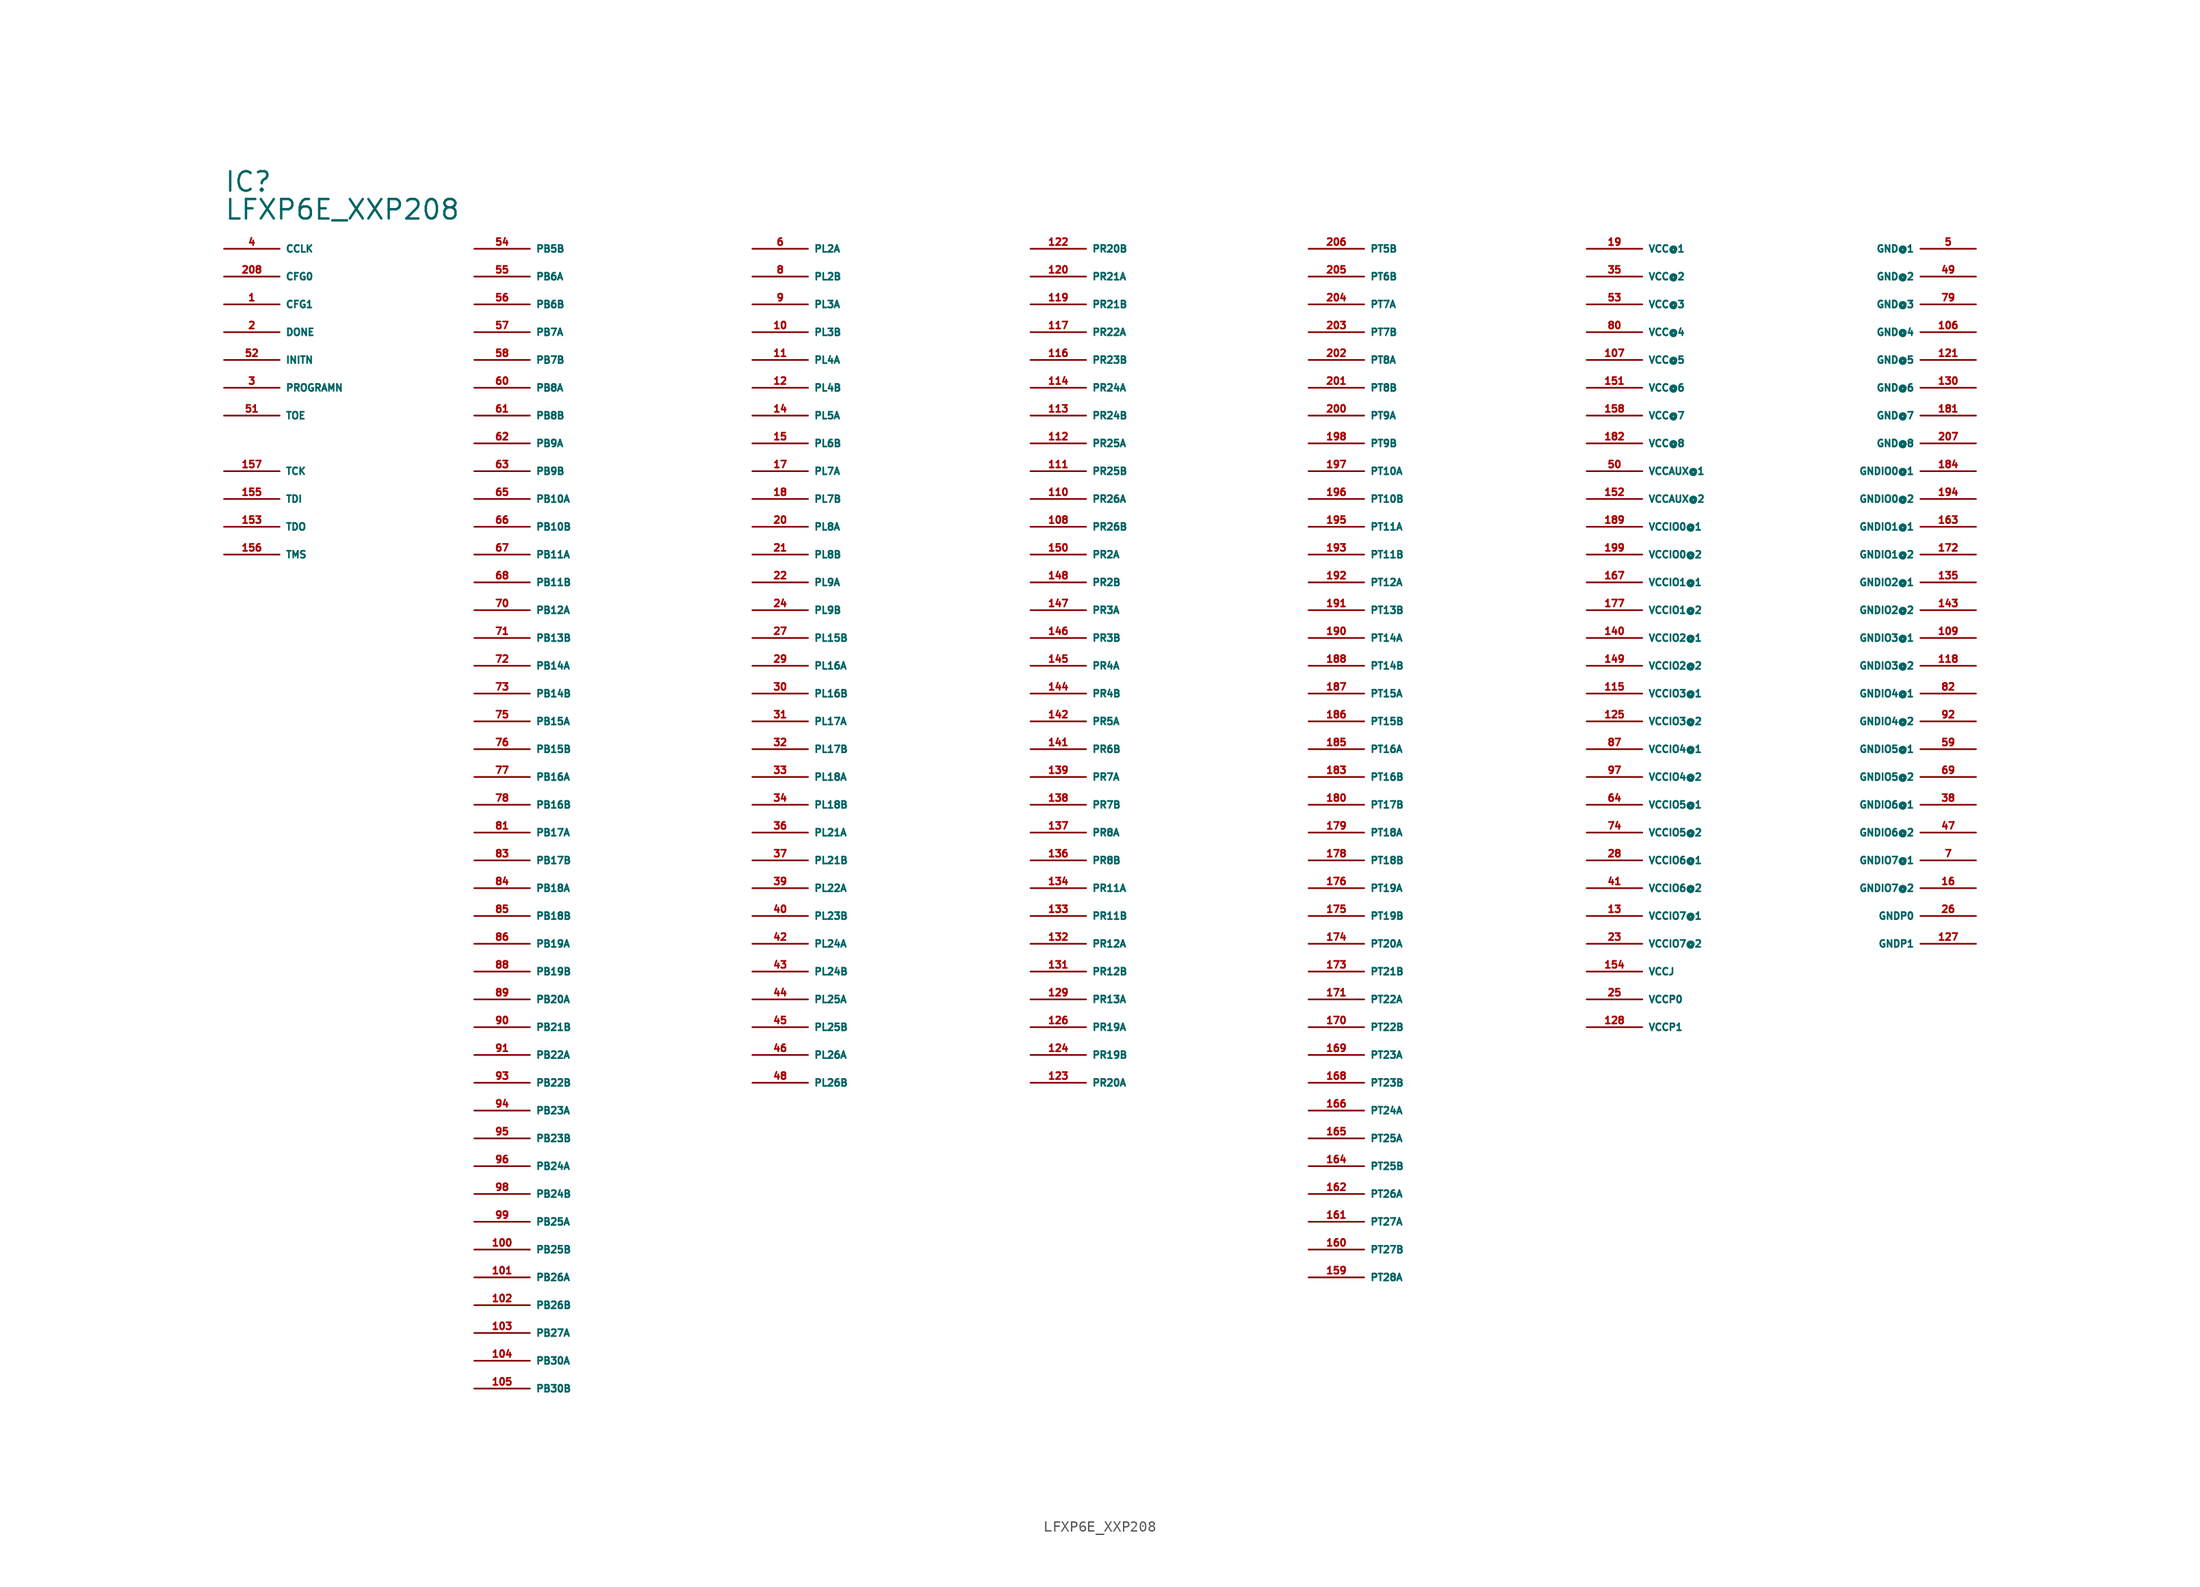
<source format=kicad_sym>
(kicad_symbol_lib
  (version 20220914)
  (generator Eagle2Kicad)
  (symbol "LFXP6E_XXP208"
    (property "Reference" "IC"
      (at -78.74 53.34 0)
      (effects (font (size 1.778 1.778) (thickness 0.22)) (justify left bottom)))
    (property "Value" "LFXP6E_XXP208"
      (at -78.74 50.8 0)
      (effects (font (size 1.778 1.778) (thickness 0.22)) (justify left bottom)))
    (pin bidirectional line
      (at -78.74 48.26 0)
      (length 5.08)
      (name "CCLK" (effects (font (size 0.635 0.635) (thickness 0.08)) (justify left bottom)))
      (number "4" (effects (font (size 0.635 0.635) (thickness 0.08)) (justify left bottom))))
    (pin input line
      (at -78.74 45.72 0)
      (length 5.08)
      (name "CFG0" (effects (font (size 0.635 0.635) (thickness 0.08)) (justify left bottom)))
      (number "208" (effects (font (size 0.635 0.635) (thickness 0.08)) (justify left bottom))))
    (pin input line
      (at -78.74 43.18 0)
      (length 5.08)
      (name "CFG1" (effects (font (size 0.635 0.635) (thickness 0.08)) (justify left bottom)))
      (number "1" (effects (font (size 0.635 0.635) (thickness 0.08)) (justify left bottom))))
    (pin bidirectional line
      (at -78.74 40.64 0)
      (length 5.08)
      (name "DONE" (effects (font (size 0.635 0.635) (thickness 0.08)) (justify left bottom)))
      (number "2" (effects (font (size 0.635 0.635) (thickness 0.08)) (justify left bottom))))
    (pin unspecified line
      (at 81.28 48.26 180)
      (length 5.08)
      (name "GND@1" (effects (font (size 0.635 0.635) (thickness 0.08)) (justify left bottom)))
      (number "5" (effects (font (size 0.635 0.635) (thickness 0.08)) (justify left bottom))))
    (pin unspecified line
      (at 81.28 45.72 180)
      (length 5.08)
      (name "GND@2" (effects (font (size 0.635 0.635) (thickness 0.08)) (justify left bottom)))
      (number "49" (effects (font (size 0.635 0.635) (thickness 0.08)) (justify left bottom))))
    (pin unspecified line
      (at 81.28 43.18 180)
      (length 5.08)
      (name "GND@3" (effects (font (size 0.635 0.635) (thickness 0.08)) (justify left bottom)))
      (number "79" (effects (font (size 0.635 0.635) (thickness 0.08)) (justify left bottom))))
    (pin unspecified line
      (at 81.28 40.64 180)
      (length 5.08)
      (name "GND@4" (effects (font (size 0.635 0.635) (thickness 0.08)) (justify left bottom)))
      (number "106" (effects (font (size 0.635 0.635) (thickness 0.08)) (justify left bottom))))
    (pin unspecified line
      (at 81.28 38.1 180)
      (length 5.08)
      (name "GND@5" (effects (font (size 0.635 0.635) (thickness 0.08)) (justify left bottom)))
      (number "121" (effects (font (size 0.635 0.635) (thickness 0.08)) (justify left bottom))))
    (pin unspecified line
      (at 81.28 35.56 180)
      (length 5.08)
      (name "GND@6" (effects (font (size 0.635 0.635) (thickness 0.08)) (justify left bottom)))
      (number "130" (effects (font (size 0.635 0.635) (thickness 0.08)) (justify left bottom))))
    (pin unspecified line
      (at 81.28 33.02 180)
      (length 5.08)
      (name "GND@7" (effects (font (size 0.635 0.635) (thickness 0.08)) (justify left bottom)))
      (number "181" (effects (font (size 0.635 0.635) (thickness 0.08)) (justify left bottom))))
    (pin unspecified line
      (at 81.28 30.48 180)
      (length 5.08)
      (name "GND@8" (effects (font (size 0.635 0.635) (thickness 0.08)) (justify left bottom)))
      (number "207" (effects (font (size 0.635 0.635) (thickness 0.08)) (justify left bottom))))
    (pin unspecified line
      (at 81.28 27.94 180)
      (length 5.08)
      (name "GNDIO0@1" (effects (font (size 0.635 0.635) (thickness 0.08)) (justify left bottom)))
      (number "184" (effects (font (size 0.635 0.635) (thickness 0.08)) (justify left bottom))))
    (pin unspecified line
      (at 81.28 25.4 180)
      (length 5.08)
      (name "GNDIO0@2" (effects (font (size 0.635 0.635) (thickness 0.08)) (justify left bottom)))
      (number "194" (effects (font (size 0.635 0.635) (thickness 0.08)) (justify left bottom))))
    (pin unspecified line
      (at 81.28 22.86 180)
      (length 5.08)
      (name "GNDIO1@1" (effects (font (size 0.635 0.635) (thickness 0.08)) (justify left bottom)))
      (number "163" (effects (font (size 0.635 0.635) (thickness 0.08)) (justify left bottom))))
    (pin unspecified line
      (at 81.28 20.32 180)
      (length 5.08)
      (name "GNDIO1@2" (effects (font (size 0.635 0.635) (thickness 0.08)) (justify left bottom)))
      (number "172" (effects (font (size 0.635 0.635) (thickness 0.08)) (justify left bottom))))
    (pin unspecified line
      (at 81.28 17.78 180)
      (length 5.08)
      (name "GNDIO2@1" (effects (font (size 0.635 0.635) (thickness 0.08)) (justify left bottom)))
      (number "135" (effects (font (size 0.635 0.635) (thickness 0.08)) (justify left bottom))))
    (pin unspecified line
      (at 81.28 15.24 180)
      (length 5.08)
      (name "GNDIO2@2" (effects (font (size 0.635 0.635) (thickness 0.08)) (justify left bottom)))
      (number "143" (effects (font (size 0.635 0.635) (thickness 0.08)) (justify left bottom))))
    (pin unspecified line
      (at 81.28 12.7 180)
      (length 5.08)
      (name "GNDIO3@1" (effects (font (size 0.635 0.635) (thickness 0.08)) (justify left bottom)))
      (number "109" (effects (font (size 0.635 0.635) (thickness 0.08)) (justify left bottom))))
    (pin unspecified line
      (at 81.28 10.16 180)
      (length 5.08)
      (name "GNDIO3@2" (effects (font (size 0.635 0.635) (thickness 0.08)) (justify left bottom)))
      (number "118" (effects (font (size 0.635 0.635) (thickness 0.08)) (justify left bottom))))
    (pin unspecified line
      (at 81.28 7.62 180)
      (length 5.08)
      (name "GNDIO4@1" (effects (font (size 0.635 0.635) (thickness 0.08)) (justify left bottom)))
      (number "82" (effects (font (size 0.635 0.635) (thickness 0.08)) (justify left bottom))))
    (pin unspecified line
      (at 81.28 5.08 180)
      (length 5.08)
      (name "GNDIO4@2" (effects (font (size 0.635 0.635) (thickness 0.08)) (justify left bottom)))
      (number "92" (effects (font (size 0.635 0.635) (thickness 0.08)) (justify left bottom))))
    (pin unspecified line
      (at 81.28 2.54 180)
      (length 5.08)
      (name "GNDIO5@1" (effects (font (size 0.635 0.635) (thickness 0.08)) (justify left bottom)))
      (number "59" (effects (font (size 0.635 0.635) (thickness 0.08)) (justify left bottom))))
    (pin unspecified line
      (at 81.28 0 180)
      (length 5.08)
      (name "GNDIO5@2" (effects (font (size 0.635 0.635) (thickness 0.08)) (justify left bottom)))
      (number "69" (effects (font (size 0.635 0.635) (thickness 0.08)) (justify left bottom))))
    (pin unspecified line
      (at 81.28 -2.54 180)
      (length 5.08)
      (name "GNDIO6@1" (effects (font (size 0.635 0.635) (thickness 0.08)) (justify left bottom)))
      (number "38" (effects (font (size 0.635 0.635) (thickness 0.08)) (justify left bottom))))
    (pin unspecified line
      (at 81.28 -5.08 180)
      (length 5.08)
      (name "GNDIO6@2" (effects (font (size 0.635 0.635) (thickness 0.08)) (justify left bottom)))
      (number "47" (effects (font (size 0.635 0.635) (thickness 0.08)) (justify left bottom))))
    (pin unspecified line
      (at 81.28 -7.62 180)
      (length 5.08)
      (name "GNDIO7@1" (effects (font (size 0.635 0.635) (thickness 0.08)) (justify left bottom)))
      (number "7" (effects (font (size 0.635 0.635) (thickness 0.08)) (justify left bottom))))
    (pin unspecified line
      (at 81.28 -10.16 180)
      (length 5.08)
      (name "GNDIO7@2" (effects (font (size 0.635 0.635) (thickness 0.08)) (justify left bottom)))
      (number "16" (effects (font (size 0.635 0.635) (thickness 0.08)) (justify left bottom))))
    (pin unspecified line
      (at 81.28 -12.7 180)
      (length 5.08)
      (name "GNDP0" (effects (font (size 0.635 0.635) (thickness 0.08)) (justify left bottom)))
      (number "26" (effects (font (size 0.635 0.635) (thickness 0.08)) (justify left bottom))))
    (pin unspecified line
      (at 81.28 -15.24 180)
      (length 5.08)
      (name "GNDP1" (effects (font (size 0.635 0.635) (thickness 0.08)) (justify left bottom)))
      (number "127" (effects (font (size 0.635 0.635) (thickness 0.08)) (justify left bottom))))
    (pin bidirectional line
      (at -78.74 38.1 0)
      (length 5.08)
      (name "INITN" (effects (font (size 0.635 0.635) (thickness 0.08)) (justify left bottom)))
      (number "52" (effects (font (size 0.635 0.635) (thickness 0.08)) (justify left bottom))))
    (pin bidirectional line
      (at -55.88 48.26 0)
      (length 5.08)
      (name "PB5B" (effects (font (size 0.635 0.635) (thickness 0.08)) (justify left bottom)))
      (number "54" (effects (font (size 0.635 0.635) (thickness 0.08)) (justify left bottom))))
    (pin bidirectional line
      (at -55.88 45.72 0)
      (length 5.08)
      (name "PB6A" (effects (font (size 0.635 0.635) (thickness 0.08)) (justify left bottom)))
      (number "55" (effects (font (size 0.635 0.635) (thickness 0.08)) (justify left bottom))))
    (pin bidirectional line
      (at -55.88 43.18 0)
      (length 5.08)
      (name "PB6B" (effects (font (size 0.635 0.635) (thickness 0.08)) (justify left bottom)))
      (number "56" (effects (font (size 0.635 0.635) (thickness 0.08)) (justify left bottom))))
    (pin bidirectional line
      (at -55.88 40.64 0)
      (length 5.08)
      (name "PB7A" (effects (font (size 0.635 0.635) (thickness 0.08)) (justify left bottom)))
      (number "57" (effects (font (size 0.635 0.635) (thickness 0.08)) (justify left bottom))))
    (pin bidirectional line
      (at -55.88 38.1 0)
      (length 5.08)
      (name "PB7B" (effects (font (size 0.635 0.635) (thickness 0.08)) (justify left bottom)))
      (number "58" (effects (font (size 0.635 0.635) (thickness 0.08)) (justify left bottom))))
    (pin bidirectional line
      (at -55.88 35.56 0)
      (length 5.08)
      (name "PB8A" (effects (font (size 0.635 0.635) (thickness 0.08)) (justify left bottom)))
      (number "60" (effects (font (size 0.635 0.635) (thickness 0.08)) (justify left bottom))))
    (pin bidirectional line
      (at -55.88 33.02 0)
      (length 5.08)
      (name "PB8B" (effects (font (size 0.635 0.635) (thickness 0.08)) (justify left bottom)))
      (number "61" (effects (font (size 0.635 0.635) (thickness 0.08)) (justify left bottom))))
    (pin bidirectional line
      (at -55.88 30.48 0)
      (length 5.08)
      (name "PB9A" (effects (font (size 0.635 0.635) (thickness 0.08)) (justify left bottom)))
      (number "62" (effects (font (size 0.635 0.635) (thickness 0.08)) (justify left bottom))))
    (pin bidirectional line
      (at -55.88 27.94 0)
      (length 5.08)
      (name "PB9B" (effects (font (size 0.635 0.635) (thickness 0.08)) (justify left bottom)))
      (number "63" (effects (font (size 0.635 0.635) (thickness 0.08)) (justify left bottom))))
    (pin bidirectional line
      (at -55.88 25.4 0)
      (length 5.08)
      (name "PB10A" (effects (font (size 0.635 0.635) (thickness 0.08)) (justify left bottom)))
      (number "65" (effects (font (size 0.635 0.635) (thickness 0.08)) (justify left bottom))))
    (pin bidirectional line
      (at -55.88 22.86 0)
      (length 5.08)
      (name "PB10B" (effects (font (size 0.635 0.635) (thickness 0.08)) (justify left bottom)))
      (number "66" (effects (font (size 0.635 0.635) (thickness 0.08)) (justify left bottom))))
    (pin bidirectional line
      (at -55.88 20.32 0)
      (length 5.08)
      (name "PB11A" (effects (font (size 0.635 0.635) (thickness 0.08)) (justify left bottom)))
      (number "67" (effects (font (size 0.635 0.635) (thickness 0.08)) (justify left bottom))))
    (pin bidirectional line
      (at -55.88 17.78 0)
      (length 5.08)
      (name "PB11B" (effects (font (size 0.635 0.635) (thickness 0.08)) (justify left bottom)))
      (number "68" (effects (font (size 0.635 0.635) (thickness 0.08)) (justify left bottom))))
    (pin bidirectional line
      (at -55.88 15.24 0)
      (length 5.08)
      (name "PB12A" (effects (font (size 0.635 0.635) (thickness 0.08)) (justify left bottom)))
      (number "70" (effects (font (size 0.635 0.635) (thickness 0.08)) (justify left bottom))))
    (pin bidirectional line
      (at -55.88 12.7 0)
      (length 5.08)
      (name "PB13B" (effects (font (size 0.635 0.635) (thickness 0.08)) (justify left bottom)))
      (number "71" (effects (font (size 0.635 0.635) (thickness 0.08)) (justify left bottom))))
    (pin bidirectional line
      (at -55.88 10.16 0)
      (length 5.08)
      (name "PB14A" (effects (font (size 0.635 0.635) (thickness 0.08)) (justify left bottom)))
      (number "72" (effects (font (size 0.635 0.635) (thickness 0.08)) (justify left bottom))))
    (pin bidirectional line
      (at -55.88 7.62 0)
      (length 5.08)
      (name "PB14B" (effects (font (size 0.635 0.635) (thickness 0.08)) (justify left bottom)))
      (number "73" (effects (font (size 0.635 0.635) (thickness 0.08)) (justify left bottom))))
    (pin bidirectional line
      (at -55.88 5.08 0)
      (length 5.08)
      (name "PB15A" (effects (font (size 0.635 0.635) (thickness 0.08)) (justify left bottom)))
      (number "75" (effects (font (size 0.635 0.635) (thickness 0.08)) (justify left bottom))))
    (pin bidirectional line
      (at -55.88 2.54 0)
      (length 5.08)
      (name "PB15B" (effects (font (size 0.635 0.635) (thickness 0.08)) (justify left bottom)))
      (number "76" (effects (font (size 0.635 0.635) (thickness 0.08)) (justify left bottom))))
    (pin bidirectional line
      (at -55.88 0 0)
      (length 5.08)
      (name "PB16A" (effects (font (size 0.635 0.635) (thickness 0.08)) (justify left bottom)))
      (number "77" (effects (font (size 0.635 0.635) (thickness 0.08)) (justify left bottom))))
    (pin bidirectional line
      (at -55.88 -2.54 0)
      (length 5.08)
      (name "PB16B" (effects (font (size 0.635 0.635) (thickness 0.08)) (justify left bottom)))
      (number "78" (effects (font (size 0.635 0.635) (thickness 0.08)) (justify left bottom))))
    (pin bidirectional line
      (at -55.88 -5.08 0)
      (length 5.08)
      (name "PB17A" (effects (font (size 0.635 0.635) (thickness 0.08)) (justify left bottom)))
      (number "81" (effects (font (size 0.635 0.635) (thickness 0.08)) (justify left bottom))))
    (pin bidirectional line
      (at -55.88 -7.62 0)
      (length 5.08)
      (name "PB17B" (effects (font (size 0.635 0.635) (thickness 0.08)) (justify left bottom)))
      (number "83" (effects (font (size 0.635 0.635) (thickness 0.08)) (justify left bottom))))
    (pin bidirectional line
      (at -55.88 -10.16 0)
      (length 5.08)
      (name "PB18A" (effects (font (size 0.635 0.635) (thickness 0.08)) (justify left bottom)))
      (number "84" (effects (font (size 0.635 0.635) (thickness 0.08)) (justify left bottom))))
    (pin bidirectional line
      (at -55.88 -12.7 0)
      (length 5.08)
      (name "PB18B" (effects (font (size 0.635 0.635) (thickness 0.08)) (justify left bottom)))
      (number "85" (effects (font (size 0.635 0.635) (thickness 0.08)) (justify left bottom))))
    (pin bidirectional line
      (at -55.88 -15.24 0)
      (length 5.08)
      (name "PB19A" (effects (font (size 0.635 0.635) (thickness 0.08)) (justify left bottom)))
      (number "86" (effects (font (size 0.635 0.635) (thickness 0.08)) (justify left bottom))))
    (pin bidirectional line
      (at -55.88 -17.78 0)
      (length 5.08)
      (name "PB19B" (effects (font (size 0.635 0.635) (thickness 0.08)) (justify left bottom)))
      (number "88" (effects (font (size 0.635 0.635) (thickness 0.08)) (justify left bottom))))
    (pin bidirectional line
      (at -55.88 -20.32 0)
      (length 5.08)
      (name "PB20A" (effects (font (size 0.635 0.635) (thickness 0.08)) (justify left bottom)))
      (number "89" (effects (font (size 0.635 0.635) (thickness 0.08)) (justify left bottom))))
    (pin bidirectional line
      (at -55.88 -22.86 0)
      (length 5.08)
      (name "PB21B" (effects (font (size 0.635 0.635) (thickness 0.08)) (justify left bottom)))
      (number "90" (effects (font (size 0.635 0.635) (thickness 0.08)) (justify left bottom))))
    (pin bidirectional line
      (at -55.88 -25.4 0)
      (length 5.08)
      (name "PB22A" (effects (font (size 0.635 0.635) (thickness 0.08)) (justify left bottom)))
      (number "91" (effects (font (size 0.635 0.635) (thickness 0.08)) (justify left bottom))))
    (pin bidirectional line
      (at -55.88 -27.94 0)
      (length 5.08)
      (name "PB22B" (effects (font (size 0.635 0.635) (thickness 0.08)) (justify left bottom)))
      (number "93" (effects (font (size 0.635 0.635) (thickness 0.08)) (justify left bottom))))
    (pin bidirectional line
      (at -55.88 -30.48 0)
      (length 5.08)
      (name "PB23A" (effects (font (size 0.635 0.635) (thickness 0.08)) (justify left bottom)))
      (number "94" (effects (font (size 0.635 0.635) (thickness 0.08)) (justify left bottom))))
    (pin bidirectional line
      (at -55.88 -33.02 0)
      (length 5.08)
      (name "PB23B" (effects (font (size 0.635 0.635) (thickness 0.08)) (justify left bottom)))
      (number "95" (effects (font (size 0.635 0.635) (thickness 0.08)) (justify left bottom))))
    (pin bidirectional line
      (at -55.88 -35.56 0)
      (length 5.08)
      (name "PB24A" (effects (font (size 0.635 0.635) (thickness 0.08)) (justify left bottom)))
      (number "96" (effects (font (size 0.635 0.635) (thickness 0.08)) (justify left bottom))))
    (pin bidirectional line
      (at -55.88 -38.1 0)
      (length 5.08)
      (name "PB24B" (effects (font (size 0.635 0.635) (thickness 0.08)) (justify left bottom)))
      (number "98" (effects (font (size 0.635 0.635) (thickness 0.08)) (justify left bottom))))
    (pin bidirectional line
      (at -55.88 -40.64 0)
      (length 5.08)
      (name "PB25A" (effects (font (size 0.635 0.635) (thickness 0.08)) (justify left bottom)))
      (number "99" (effects (font (size 0.635 0.635) (thickness 0.08)) (justify left bottom))))
    (pin bidirectional line
      (at -55.88 -43.18 0)
      (length 5.08)
      (name "PB25B" (effects (font (size 0.635 0.635) (thickness 0.08)) (justify left bottom)))
      (number "100" (effects (font (size 0.635 0.635) (thickness 0.08)) (justify left bottom))))
    (pin bidirectional line
      (at -55.88 -45.72 0)
      (length 5.08)
      (name "PB26A" (effects (font (size 0.635 0.635) (thickness 0.08)) (justify left bottom)))
      (number "101" (effects (font (size 0.635 0.635) (thickness 0.08)) (justify left bottom))))
    (pin bidirectional line
      (at -55.88 -48.26 0)
      (length 5.08)
      (name "PB26B" (effects (font (size 0.635 0.635) (thickness 0.08)) (justify left bottom)))
      (number "102" (effects (font (size 0.635 0.635) (thickness 0.08)) (justify left bottom))))
    (pin bidirectional line
      (at -55.88 -50.8 0)
      (length 5.08)
      (name "PB27A" (effects (font (size 0.635 0.635) (thickness 0.08)) (justify left bottom)))
      (number "103" (effects (font (size 0.635 0.635) (thickness 0.08)) (justify left bottom))))
    (pin bidirectional line
      (at -55.88 -53.34 0)
      (length 5.08)
      (name "PB30A" (effects (font (size 0.635 0.635) (thickness 0.08)) (justify left bottom)))
      (number "104" (effects (font (size 0.635 0.635) (thickness 0.08)) (justify left bottom))))
    (pin bidirectional line
      (at -55.88 -55.88 0)
      (length 5.08)
      (name "PB30B" (effects (font (size 0.635 0.635) (thickness 0.08)) (justify left bottom)))
      (number "105" (effects (font (size 0.635 0.635) (thickness 0.08)) (justify left bottom))))
    (pin bidirectional line
      (at -30.48 48.26 0)
      (length 5.08)
      (name "PL2A" (effects (font (size 0.635 0.635) (thickness 0.08)) (justify left bottom)))
      (number "6" (effects (font (size 0.635 0.635) (thickness 0.08)) (justify left bottom))))
    (pin bidirectional line
      (at -30.48 45.72 0)
      (length 5.08)
      (name "PL2B" (effects (font (size 0.635 0.635) (thickness 0.08)) (justify left bottom)))
      (number "8" (effects (font (size 0.635 0.635) (thickness 0.08)) (justify left bottom))))
    (pin bidirectional line
      (at -30.48 43.18 0)
      (length 5.08)
      (name "PL3A" (effects (font (size 0.635 0.635) (thickness 0.08)) (justify left bottom)))
      (number "9" (effects (font (size 0.635 0.635) (thickness 0.08)) (justify left bottom))))
    (pin bidirectional line
      (at -30.48 40.64 0)
      (length 5.08)
      (name "PL3B" (effects (font (size 0.635 0.635) (thickness 0.08)) (justify left bottom)))
      (number "10" (effects (font (size 0.635 0.635) (thickness 0.08)) (justify left bottom))))
    (pin bidirectional line
      (at -30.48 38.1 0)
      (length 5.08)
      (name "PL4A" (effects (font (size 0.635 0.635) (thickness 0.08)) (justify left bottom)))
      (number "11" (effects (font (size 0.635 0.635) (thickness 0.08)) (justify left bottom))))
    (pin bidirectional line
      (at -30.48 35.56 0)
      (length 5.08)
      (name "PL4B" (effects (font (size 0.635 0.635) (thickness 0.08)) (justify left bottom)))
      (number "12" (effects (font (size 0.635 0.635) (thickness 0.08)) (justify left bottom))))
    (pin bidirectional line
      (at -30.48 33.02 0)
      (length 5.08)
      (name "PL5A" (effects (font (size 0.635 0.635) (thickness 0.08)) (justify left bottom)))
      (number "14" (effects (font (size 0.635 0.635) (thickness 0.08)) (justify left bottom))))
    (pin bidirectional line
      (at -30.48 30.48 0)
      (length 5.08)
      (name "PL6B" (effects (font (size 0.635 0.635) (thickness 0.08)) (justify left bottom)))
      (number "15" (effects (font (size 0.635 0.635) (thickness 0.08)) (justify left bottom))))
    (pin bidirectional line
      (at -30.48 27.94 0)
      (length 5.08)
      (name "PL7A" (effects (font (size 0.635 0.635) (thickness 0.08)) (justify left bottom)))
      (number "17" (effects (font (size 0.635 0.635) (thickness 0.08)) (justify left bottom))))
    (pin bidirectional line
      (at -30.48 25.4 0)
      (length 5.08)
      (name "PL7B" (effects (font (size 0.635 0.635) (thickness 0.08)) (justify left bottom)))
      (number "18" (effects (font (size 0.635 0.635) (thickness 0.08)) (justify left bottom))))
    (pin bidirectional line
      (at -30.48 22.86 0)
      (length 5.08)
      (name "PL8A" (effects (font (size 0.635 0.635) (thickness 0.08)) (justify left bottom)))
      (number "20" (effects (font (size 0.635 0.635) (thickness 0.08)) (justify left bottom))))
    (pin bidirectional line
      (at -30.48 20.32 0)
      (length 5.08)
      (name "PL8B" (effects (font (size 0.635 0.635) (thickness 0.08)) (justify left bottom)))
      (number "21" (effects (font (size 0.635 0.635) (thickness 0.08)) (justify left bottom))))
    (pin bidirectional line
      (at -30.48 17.78 0)
      (length 5.08)
      (name "PL9A" (effects (font (size 0.635 0.635) (thickness 0.08)) (justify left bottom)))
      (number "22" (effects (font (size 0.635 0.635) (thickness 0.08)) (justify left bottom))))
    (pin bidirectional line
      (at -30.48 15.24 0)
      (length 5.08)
      (name "PL9B" (effects (font (size 0.635 0.635) (thickness 0.08)) (justify left bottom)))
      (number "24" (effects (font (size 0.635 0.635) (thickness 0.08)) (justify left bottom))))
    (pin bidirectional line
      (at -30.48 12.7 0)
      (length 5.08)
      (name "PL15B" (effects (font (size 0.635 0.635) (thickness 0.08)) (justify left bottom)))
      (number "27" (effects (font (size 0.635 0.635) (thickness 0.08)) (justify left bottom))))
    (pin bidirectional line
      (at -30.48 10.16 0)
      (length 5.08)
      (name "PL16A" (effects (font (size 0.635 0.635) (thickness 0.08)) (justify left bottom)))
      (number "29" (effects (font (size 0.635 0.635) (thickness 0.08)) (justify left bottom))))
    (pin bidirectional line
      (at -30.48 7.62 0)
      (length 5.08)
      (name "PL16B" (effects (font (size 0.635 0.635) (thickness 0.08)) (justify left bottom)))
      (number "30" (effects (font (size 0.635 0.635) (thickness 0.08)) (justify left bottom))))
    (pin bidirectional line
      (at -30.48 5.08 0)
      (length 5.08)
      (name "PL17A" (effects (font (size 0.635 0.635) (thickness 0.08)) (justify left bottom)))
      (number "31" (effects (font (size 0.635 0.635) (thickness 0.08)) (justify left bottom))))
    (pin bidirectional line
      (at -30.48 2.54 0)
      (length 5.08)
      (name "PL17B" (effects (font (size 0.635 0.635) (thickness 0.08)) (justify left bottom)))
      (number "32" (effects (font (size 0.635 0.635) (thickness 0.08)) (justify left bottom))))
    (pin bidirectional line
      (at -30.48 0 0)
      (length 5.08)
      (name "PL18A" (effects (font (size 0.635 0.635) (thickness 0.08)) (justify left bottom)))
      (number "33" (effects (font (size 0.635 0.635) (thickness 0.08)) (justify left bottom))))
    (pin bidirectional line
      (at -30.48 -2.54 0)
      (length 5.08)
      (name "PL18B" (effects (font (size 0.635 0.635) (thickness 0.08)) (justify left bottom)))
      (number "34" (effects (font (size 0.635 0.635) (thickness 0.08)) (justify left bottom))))
    (pin bidirectional line
      (at -30.48 -5.08 0)
      (length 5.08)
      (name "PL21A" (effects (font (size 0.635 0.635) (thickness 0.08)) (justify left bottom)))
      (number "36" (effects (font (size 0.635 0.635) (thickness 0.08)) (justify left bottom))))
    (pin bidirectional line
      (at -30.48 -7.62 0)
      (length 5.08)
      (name "PL21B" (effects (font (size 0.635 0.635) (thickness 0.08)) (justify left bottom)))
      (number "37" (effects (font (size 0.635 0.635) (thickness 0.08)) (justify left bottom))))
    (pin bidirectional line
      (at -30.48 -10.16 0)
      (length 5.08)
      (name "PL22A" (effects (font (size 0.635 0.635) (thickness 0.08)) (justify left bottom)))
      (number "39" (effects (font (size 0.635 0.635) (thickness 0.08)) (justify left bottom))))
    (pin bidirectional line
      (at -30.48 -12.7 0)
      (length 5.08)
      (name "PL23B" (effects (font (size 0.635 0.635) (thickness 0.08)) (justify left bottom)))
      (number "40" (effects (font (size 0.635 0.635) (thickness 0.08)) (justify left bottom))))
    (pin bidirectional line
      (at -30.48 -15.24 0)
      (length 5.08)
      (name "PL24A" (effects (font (size 0.635 0.635) (thickness 0.08)) (justify left bottom)))
      (number "42" (effects (font (size 0.635 0.635) (thickness 0.08)) (justify left bottom))))
    (pin bidirectional line
      (at -30.48 -17.78 0)
      (length 5.08)
      (name "PL24B" (effects (font (size 0.635 0.635) (thickness 0.08)) (justify left bottom)))
      (number "43" (effects (font (size 0.635 0.635) (thickness 0.08)) (justify left bottom))))
    (pin bidirectional line
      (at -30.48 -20.32 0)
      (length 5.08)
      (name "PL25A" (effects (font (size 0.635 0.635) (thickness 0.08)) (justify left bottom)))
      (number "44" (effects (font (size 0.635 0.635) (thickness 0.08)) (justify left bottom))))
    (pin bidirectional line
      (at -30.48 -22.86 0)
      (length 5.08)
      (name "PL25B" (effects (font (size 0.635 0.635) (thickness 0.08)) (justify left bottom)))
      (number "45" (effects (font (size 0.635 0.635) (thickness 0.08)) (justify left bottom))))
    (pin bidirectional line
      (at -30.48 -25.4 0)
      (length 5.08)
      (name "PL26A" (effects (font (size 0.635 0.635) (thickness 0.08)) (justify left bottom)))
      (number "46" (effects (font (size 0.635 0.635) (thickness 0.08)) (justify left bottom))))
    (pin bidirectional line
      (at -30.48 -27.94 0)
      (length 5.08)
      (name "PL26B" (effects (font (size 0.635 0.635) (thickness 0.08)) (justify left bottom)))
      (number "48" (effects (font (size 0.635 0.635) (thickness 0.08)) (justify left bottom))))
    (pin bidirectional line
      (at -5.08 20.32 0)
      (length 5.08)
      (name "PR2A" (effects (font (size 0.635 0.635) (thickness 0.08)) (justify left bottom)))
      (number "150" (effects (font (size 0.635 0.635) (thickness 0.08)) (justify left bottom))))
    (pin bidirectional line
      (at -5.08 17.78 0)
      (length 5.08)
      (name "PR2B" (effects (font (size 0.635 0.635) (thickness 0.08)) (justify left bottom)))
      (number "148" (effects (font (size 0.635 0.635) (thickness 0.08)) (justify left bottom))))
    (pin bidirectional line
      (at -5.08 15.24 0)
      (length 5.08)
      (name "PR3A" (effects (font (size 0.635 0.635) (thickness 0.08)) (justify left bottom)))
      (number "147" (effects (font (size 0.635 0.635) (thickness 0.08)) (justify left bottom))))
    (pin bidirectional line
      (at -5.08 12.7 0)
      (length 5.08)
      (name "PR3B" (effects (font (size 0.635 0.635) (thickness 0.08)) (justify left bottom)))
      (number "146" (effects (font (size 0.635 0.635) (thickness 0.08)) (justify left bottom))))
    (pin bidirectional line
      (at -5.08 10.16 0)
      (length 5.08)
      (name "PR4A" (effects (font (size 0.635 0.635) (thickness 0.08)) (justify left bottom)))
      (number "145" (effects (font (size 0.635 0.635) (thickness 0.08)) (justify left bottom))))
    (pin bidirectional line
      (at -5.08 7.62 0)
      (length 5.08)
      (name "PR4B" (effects (font (size 0.635 0.635) (thickness 0.08)) (justify left bottom)))
      (number "144" (effects (font (size 0.635 0.635) (thickness 0.08)) (justify left bottom))))
    (pin bidirectional line
      (at -5.08 5.08 0)
      (length 5.08)
      (name "PR5A" (effects (font (size 0.635 0.635) (thickness 0.08)) (justify left bottom)))
      (number "142" (effects (font (size 0.635 0.635) (thickness 0.08)) (justify left bottom))))
    (pin bidirectional line
      (at -5.08 2.54 0)
      (length 5.08)
      (name "PR6B" (effects (font (size 0.635 0.635) (thickness 0.08)) (justify left bottom)))
      (number "141" (effects (font (size 0.635 0.635) (thickness 0.08)) (justify left bottom))))
    (pin bidirectional line
      (at -5.08 0 0)
      (length 5.08)
      (name "PR7A" (effects (font (size 0.635 0.635) (thickness 0.08)) (justify left bottom)))
      (number "139" (effects (font (size 0.635 0.635) (thickness 0.08)) (justify left bottom))))
    (pin bidirectional line
      (at -5.08 -2.54 0)
      (length 5.08)
      (name "PR7B" (effects (font (size 0.635 0.635) (thickness 0.08)) (justify left bottom)))
      (number "138" (effects (font (size 0.635 0.635) (thickness 0.08)) (justify left bottom))))
    (pin bidirectional line
      (at -5.08 -5.08 0)
      (length 5.08)
      (name "PR8A" (effects (font (size 0.635 0.635) (thickness 0.08)) (justify left bottom)))
      (number "137" (effects (font (size 0.635 0.635) (thickness 0.08)) (justify left bottom))))
    (pin bidirectional line
      (at -5.08 -7.62 0)
      (length 5.08)
      (name "PR8B" (effects (font (size 0.635 0.635) (thickness 0.08)) (justify left bottom)))
      (number "136" (effects (font (size 0.635 0.635) (thickness 0.08)) (justify left bottom))))
    (pin bidirectional line
      (at -5.08 -10.16 0)
      (length 5.08)
      (name "PR11A" (effects (font (size 0.635 0.635) (thickness 0.08)) (justify left bottom)))
      (number "134" (effects (font (size 0.635 0.635) (thickness 0.08)) (justify left bottom))))
    (pin bidirectional line
      (at -5.08 -12.7 0)
      (length 5.08)
      (name "PR11B" (effects (font (size 0.635 0.635) (thickness 0.08)) (justify left bottom)))
      (number "133" (effects (font (size 0.635 0.635) (thickness 0.08)) (justify left bottom))))
    (pin bidirectional line
      (at -5.08 -15.24 0)
      (length 5.08)
      (name "PR12A" (effects (font (size 0.635 0.635) (thickness 0.08)) (justify left bottom)))
      (number "132" (effects (font (size 0.635 0.635) (thickness 0.08)) (justify left bottom))))
    (pin bidirectional line
      (at -5.08 -17.78 0)
      (length 5.08)
      (name "PR12B" (effects (font (size 0.635 0.635) (thickness 0.08)) (justify left bottom)))
      (number "131" (effects (font (size 0.635 0.635) (thickness 0.08)) (justify left bottom))))
    (pin bidirectional line
      (at -5.08 -20.32 0)
      (length 5.08)
      (name "PR13A" (effects (font (size 0.635 0.635) (thickness 0.08)) (justify left bottom)))
      (number "129" (effects (font (size 0.635 0.635) (thickness 0.08)) (justify left bottom))))
    (pin bidirectional line
      (at -5.08 -22.86 0)
      (length 5.08)
      (name "PR19A" (effects (font (size 0.635 0.635) (thickness 0.08)) (justify left bottom)))
      (number "126" (effects (font (size 0.635 0.635) (thickness 0.08)) (justify left bottom))))
    (pin bidirectional line
      (at -5.08 -25.4 0)
      (length 5.08)
      (name "PR19B" (effects (font (size 0.635 0.635) (thickness 0.08)) (justify left bottom)))
      (number "124" (effects (font (size 0.635 0.635) (thickness 0.08)) (justify left bottom))))
    (pin bidirectional line
      (at -5.08 -27.94 0)
      (length 5.08)
      (name "PR20A" (effects (font (size 0.635 0.635) (thickness 0.08)) (justify left bottom)))
      (number "123" (effects (font (size 0.635 0.635) (thickness 0.08)) (justify left bottom))))
    (pin bidirectional line
      (at -5.08 48.26 0)
      (length 5.08)
      (name "PR20B" (effects (font (size 0.635 0.635) (thickness 0.08)) (justify left bottom)))
      (number "122" (effects (font (size 0.635 0.635) (thickness 0.08)) (justify left bottom))))
    (pin bidirectional line
      (at -5.08 45.72 0)
      (length 5.08)
      (name "PR21A" (effects (font (size 0.635 0.635) (thickness 0.08)) (justify left bottom)))
      (number "120" (effects (font (size 0.635 0.635) (thickness 0.08)) (justify left bottom))))
    (pin bidirectional line
      (at -5.08 43.18 0)
      (length 5.08)
      (name "PR21B" (effects (font (size 0.635 0.635) (thickness 0.08)) (justify left bottom)))
      (number "119" (effects (font (size 0.635 0.635) (thickness 0.08)) (justify left bottom))))
    (pin bidirectional line
      (at -5.08 40.64 0)
      (length 5.08)
      (name "PR22A" (effects (font (size 0.635 0.635) (thickness 0.08)) (justify left bottom)))
      (number "117" (effects (font (size 0.635 0.635) (thickness 0.08)) (justify left bottom))))
    (pin bidirectional line
      (at -5.08 38.1 0)
      (length 5.08)
      (name "PR23B" (effects (font (size 0.635 0.635) (thickness 0.08)) (justify left bottom)))
      (number "116" (effects (font (size 0.635 0.635) (thickness 0.08)) (justify left bottom))))
    (pin bidirectional line
      (at -5.08 35.56 0)
      (length 5.08)
      (name "PR24A" (effects (font (size 0.635 0.635) (thickness 0.08)) (justify left bottom)))
      (number "114" (effects (font (size 0.635 0.635) (thickness 0.08)) (justify left bottom))))
    (pin bidirectional line
      (at -5.08 33.02 0)
      (length 5.08)
      (name "PR24B" (effects (font (size 0.635 0.635) (thickness 0.08)) (justify left bottom)))
      (number "113" (effects (font (size 0.635 0.635) (thickness 0.08)) (justify left bottom))))
    (pin bidirectional line
      (at -5.08 30.48 0)
      (length 5.08)
      (name "PR25A" (effects (font (size 0.635 0.635) (thickness 0.08)) (justify left bottom)))
      (number "112" (effects (font (size 0.635 0.635) (thickness 0.08)) (justify left bottom))))
    (pin bidirectional line
      (at -5.08 27.94 0)
      (length 5.08)
      (name "PR25B" (effects (font (size 0.635 0.635) (thickness 0.08)) (justify left bottom)))
      (number "111" (effects (font (size 0.635 0.635) (thickness 0.08)) (justify left bottom))))
    (pin bidirectional line
      (at -5.08 25.4 0)
      (length 5.08)
      (name "PR26A" (effects (font (size 0.635 0.635) (thickness 0.08)) (justify left bottom)))
      (number "110" (effects (font (size 0.635 0.635) (thickness 0.08)) (justify left bottom))))
    (pin bidirectional line
      (at -5.08 22.86 0)
      (length 5.08)
      (name "PR26B" (effects (font (size 0.635 0.635) (thickness 0.08)) (justify left bottom)))
      (number "108" (effects (font (size 0.635 0.635) (thickness 0.08)) (justify left bottom))))
    (pin input line
      (at -78.74 35.56 0)
      (length 5.08)
      (name "PROGRAMN" (effects (font (size 0.635 0.635) (thickness 0.08)) (justify left bottom)))
      (number "3" (effects (font (size 0.635 0.635) (thickness 0.08)) (justify left bottom))))
    (pin bidirectional line
      (at 20.32 48.26 0)
      (length 5.08)
      (name "PT5B" (effects (font (size 0.635 0.635) (thickness 0.08)) (justify left bottom)))
      (number "206" (effects (font (size 0.635 0.635) (thickness 0.08)) (justify left bottom))))
    (pin bidirectional line
      (at 20.32 45.72 0)
      (length 5.08)
      (name "PT6B" (effects (font (size 0.635 0.635) (thickness 0.08)) (justify left bottom)))
      (number "205" (effects (font (size 0.635 0.635) (thickness 0.08)) (justify left bottom))))
    (pin bidirectional line
      (at 20.32 43.18 0)
      (length 5.08)
      (name "PT7A" (effects (font (size 0.635 0.635) (thickness 0.08)) (justify left bottom)))
      (number "204" (effects (font (size 0.635 0.635) (thickness 0.08)) (justify left bottom))))
    (pin bidirectional line
      (at 20.32 40.64 0)
      (length 5.08)
      (name "PT7B" (effects (font (size 0.635 0.635) (thickness 0.08)) (justify left bottom)))
      (number "203" (effects (font (size 0.635 0.635) (thickness 0.08)) (justify left bottom))))
    (pin bidirectional line
      (at 20.32 38.1 0)
      (length 5.08)
      (name "PT8A" (effects (font (size 0.635 0.635) (thickness 0.08)) (justify left bottom)))
      (number "202" (effects (font (size 0.635 0.635) (thickness 0.08)) (justify left bottom))))
    (pin bidirectional line
      (at 20.32 35.56 0)
      (length 5.08)
      (name "PT8B" (effects (font (size 0.635 0.635) (thickness 0.08)) (justify left bottom)))
      (number "201" (effects (font (size 0.635 0.635) (thickness 0.08)) (justify left bottom))))
    (pin bidirectional line
      (at 20.32 33.02 0)
      (length 5.08)
      (name "PT9A" (effects (font (size 0.635 0.635) (thickness 0.08)) (justify left bottom)))
      (number "200" (effects (font (size 0.635 0.635) (thickness 0.08)) (justify left bottom))))
    (pin bidirectional line
      (at 20.32 30.48 0)
      (length 5.08)
      (name "PT9B" (effects (font (size 0.635 0.635) (thickness 0.08)) (justify left bottom)))
      (number "198" (effects (font (size 0.635 0.635) (thickness 0.08)) (justify left bottom))))
    (pin bidirectional line
      (at 20.32 27.94 0)
      (length 5.08)
      (name "PT10A" (effects (font (size 0.635 0.635) (thickness 0.08)) (justify left bottom)))
      (number "197" (effects (font (size 0.635 0.635) (thickness 0.08)) (justify left bottom))))
    (pin bidirectional line
      (at 20.32 25.4 0)
      (length 5.08)
      (name "PT10B" (effects (font (size 0.635 0.635) (thickness 0.08)) (justify left bottom)))
      (number "196" (effects (font (size 0.635 0.635) (thickness 0.08)) (justify left bottom))))
    (pin bidirectional line
      (at 20.32 22.86 0)
      (length 5.08)
      (name "PT11A" (effects (font (size 0.635 0.635) (thickness 0.08)) (justify left bottom)))
      (number "195" (effects (font (size 0.635 0.635) (thickness 0.08)) (justify left bottom))))
    (pin bidirectional line
      (at 20.32 20.32 0)
      (length 5.08)
      (name "PT11B" (effects (font (size 0.635 0.635) (thickness 0.08)) (justify left bottom)))
      (number "193" (effects (font (size 0.635 0.635) (thickness 0.08)) (justify left bottom))))
    (pin bidirectional line
      (at 20.32 17.78 0)
      (length 5.08)
      (name "PT12A" (effects (font (size 0.635 0.635) (thickness 0.08)) (justify left bottom)))
      (number "192" (effects (font (size 0.635 0.635) (thickness 0.08)) (justify left bottom))))
    (pin bidirectional line
      (at 20.32 15.24 0)
      (length 5.08)
      (name "PT13B" (effects (font (size 0.635 0.635) (thickness 0.08)) (justify left bottom)))
      (number "191" (effects (font (size 0.635 0.635) (thickness 0.08)) (justify left bottom))))
    (pin bidirectional line
      (at 20.32 12.7 0)
      (length 5.08)
      (name "PT14A" (effects (font (size 0.635 0.635) (thickness 0.08)) (justify left bottom)))
      (number "190" (effects (font (size 0.635 0.635) (thickness 0.08)) (justify left bottom))))
    (pin bidirectional line
      (at 20.32 10.16 0)
      (length 5.08)
      (name "PT14B" (effects (font (size 0.635 0.635) (thickness 0.08)) (justify left bottom)))
      (number "188" (effects (font (size 0.635 0.635) (thickness 0.08)) (justify left bottom))))
    (pin bidirectional line
      (at 20.32 7.62 0)
      (length 5.08)
      (name "PT15A" (effects (font (size 0.635 0.635) (thickness 0.08)) (justify left bottom)))
      (number "187" (effects (font (size 0.635 0.635) (thickness 0.08)) (justify left bottom))))
    (pin bidirectional line
      (at 20.32 5.08 0)
      (length 5.08)
      (name "PT15B" (effects (font (size 0.635 0.635) (thickness 0.08)) (justify left bottom)))
      (number "186" (effects (font (size 0.635 0.635) (thickness 0.08)) (justify left bottom))))
    (pin bidirectional line
      (at 20.32 2.54 0)
      (length 5.08)
      (name "PT16A" (effects (font (size 0.635 0.635) (thickness 0.08)) (justify left bottom)))
      (number "185" (effects (font (size 0.635 0.635) (thickness 0.08)) (justify left bottom))))
    (pin bidirectional line
      (at 20.32 0 0)
      (length 5.08)
      (name "PT16B" (effects (font (size 0.635 0.635) (thickness 0.08)) (justify left bottom)))
      (number "183" (effects (font (size 0.635 0.635) (thickness 0.08)) (justify left bottom))))
    (pin bidirectional line
      (at 20.32 -2.54 0)
      (length 5.08)
      (name "PT17B" (effects (font (size 0.635 0.635) (thickness 0.08)) (justify left bottom)))
      (number "180" (effects (font (size 0.635 0.635) (thickness 0.08)) (justify left bottom))))
    (pin bidirectional line
      (at 20.32 -5.08 0)
      (length 5.08)
      (name "PT18A" (effects (font (size 0.635 0.635) (thickness 0.08)) (justify left bottom)))
      (number "179" (effects (font (size 0.635 0.635) (thickness 0.08)) (justify left bottom))))
    (pin bidirectional line
      (at 20.32 -7.62 0)
      (length 5.08)
      (name "PT18B" (effects (font (size 0.635 0.635) (thickness 0.08)) (justify left bottom)))
      (number "178" (effects (font (size 0.635 0.635) (thickness 0.08)) (justify left bottom))))
    (pin bidirectional line
      (at 20.32 -10.16 0)
      (length 5.08)
      (name "PT19A" (effects (font (size 0.635 0.635) (thickness 0.08)) (justify left bottom)))
      (number "176" (effects (font (size 0.635 0.635) (thickness 0.08)) (justify left bottom))))
    (pin bidirectional line
      (at 20.32 -12.7 0)
      (length 5.08)
      (name "PT19B" (effects (font (size 0.635 0.635) (thickness 0.08)) (justify left bottom)))
      (number "175" (effects (font (size 0.635 0.635) (thickness 0.08)) (justify left bottom))))
    (pin bidirectional line
      (at 20.32 -15.24 0)
      (length 5.08)
      (name "PT20A" (effects (font (size 0.635 0.635) (thickness 0.08)) (justify left bottom)))
      (number "174" (effects (font (size 0.635 0.635) (thickness 0.08)) (justify left bottom))))
    (pin bidirectional line
      (at 20.32 -17.78 0)
      (length 5.08)
      (name "PT21B" (effects (font (size 0.635 0.635) (thickness 0.08)) (justify left bottom)))
      (number "173" (effects (font (size 0.635 0.635) (thickness 0.08)) (justify left bottom))))
    (pin bidirectional line
      (at 20.32 -20.32 0)
      (length 5.08)
      (name "PT22A" (effects (font (size 0.635 0.635) (thickness 0.08)) (justify left bottom)))
      (number "171" (effects (font (size 0.635 0.635) (thickness 0.08)) (justify left bottom))))
    (pin bidirectional line
      (at 20.32 -22.86 0)
      (length 5.08)
      (name "PT22B" (effects (font (size 0.635 0.635) (thickness 0.08)) (justify left bottom)))
      (number "170" (effects (font (size 0.635 0.635) (thickness 0.08)) (justify left bottom))))
    (pin bidirectional line
      (at 20.32 -25.4 0)
      (length 5.08)
      (name "PT23A" (effects (font (size 0.635 0.635) (thickness 0.08)) (justify left bottom)))
      (number "169" (effects (font (size 0.635 0.635) (thickness 0.08)) (justify left bottom))))
    (pin bidirectional line
      (at 20.32 -27.94 0)
      (length 5.08)
      (name "PT23B" (effects (font (size 0.635 0.635) (thickness 0.08)) (justify left bottom)))
      (number "168" (effects (font (size 0.635 0.635) (thickness 0.08)) (justify left bottom))))
    (pin bidirectional line
      (at 20.32 -30.48 0)
      (length 5.08)
      (name "PT24A" (effects (font (size 0.635 0.635) (thickness 0.08)) (justify left bottom)))
      (number "166" (effects (font (size 0.635 0.635) (thickness 0.08)) (justify left bottom))))
    (pin bidirectional line
      (at 20.32 -33.02 0)
      (length 5.08)
      (name "PT25A" (effects (font (size 0.635 0.635) (thickness 0.08)) (justify left bottom)))
      (number "165" (effects (font (size 0.635 0.635) (thickness 0.08)) (justify left bottom))))
    (pin bidirectional line
      (at 20.32 -35.56 0)
      (length 5.08)
      (name "PT25B" (effects (font (size 0.635 0.635) (thickness 0.08)) (justify left bottom)))
      (number "164" (effects (font (size 0.635 0.635) (thickness 0.08)) (justify left bottom))))
    (pin bidirectional line
      (at 20.32 -38.1 0)
      (length 5.08)
      (name "PT26A" (effects (font (size 0.635 0.635) (thickness 0.08)) (justify left bottom)))
      (number "162" (effects (font (size 0.635 0.635) (thickness 0.08)) (justify left bottom))))
    (pin bidirectional line
      (at 20.32 -40.64 0)
      (length 5.08)
      (name "PT27A" (effects (font (size 0.635 0.635) (thickness 0.08)) (justify left bottom)))
      (number "161" (effects (font (size 0.635 0.635) (thickness 0.08)) (justify left bottom))))
    (pin bidirectional line
      (at 20.32 -43.18 0)
      (length 5.08)
      (name "PT27B" (effects (font (size 0.635 0.635) (thickness 0.08)) (justify left bottom)))
      (number "160" (effects (font (size 0.635 0.635) (thickness 0.08)) (justify left bottom))))
    (pin bidirectional line
      (at 20.32 -45.72 0)
      (length 5.08)
      (name "PT28A" (effects (font (size 0.635 0.635) (thickness 0.08)) (justify left bottom)))
      (number "159" (effects (font (size 0.635 0.635) (thickness 0.08)) (justify left bottom))))
    (pin input line
      (at -78.74 27.94 0)
      (length 5.08)
      (name "TCK" (effects (font (size 0.635 0.635) (thickness 0.08)) (justify left bottom)))
      (number "157" (effects (font (size 0.635 0.635) (thickness 0.08)) (justify left bottom))))
    (pin input line
      (at -78.74 25.4 0)
      (length 5.08)
      (name "TDI" (effects (font (size 0.635 0.635) (thickness 0.08)) (justify left bottom)))
      (number "155" (effects (font (size 0.635 0.635) (thickness 0.08)) (justify left bottom))))
    (pin output line
      (at -78.74 22.86 0)
      (length 5.08)
      (name "TDO" (effects (font (size 0.635 0.635) (thickness 0.08)) (justify left bottom)))
      (number "153" (effects (font (size 0.635 0.635) (thickness 0.08)) (justify left bottom))))
    (pin input line
      (at -78.74 20.32 0)
      (length 5.08)
      (name "TMS" (effects (font (size 0.635 0.635) (thickness 0.08)) (justify left bottom)))
      (number "156" (effects (font (size 0.635 0.635) (thickness 0.08)) (justify left bottom))))
    (pin input line
      (at -78.74 33.02 0)
      (length 5.08)
      (name "TOE" (effects (font (size 0.635 0.635) (thickness 0.08)) (justify left bottom)))
      (number "51" (effects (font (size 0.635 0.635) (thickness 0.08)) (justify left bottom))))
    (pin unspecified line
      (at 45.72 48.26 0)
      (length 5.08)
      (name "VCC@1" (effects (font (size 0.635 0.635) (thickness 0.08)) (justify left bottom)))
      (number "19" (effects (font (size 0.635 0.635) (thickness 0.08)) (justify left bottom))))
    (pin unspecified line
      (at 45.72 45.72 0)
      (length 5.08)
      (name "VCC@2" (effects (font (size 0.635 0.635) (thickness 0.08)) (justify left bottom)))
      (number "35" (effects (font (size 0.635 0.635) (thickness 0.08)) (justify left bottom))))
    (pin unspecified line
      (at 45.72 43.18 0)
      (length 5.08)
      (name "VCC@3" (effects (font (size 0.635 0.635) (thickness 0.08)) (justify left bottom)))
      (number "53" (effects (font (size 0.635 0.635) (thickness 0.08)) (justify left bottom))))
    (pin unspecified line
      (at 45.72 40.64 0)
      (length 5.08)
      (name "VCC@4" (effects (font (size 0.635 0.635) (thickness 0.08)) (justify left bottom)))
      (number "80" (effects (font (size 0.635 0.635) (thickness 0.08)) (justify left bottom))))
    (pin unspecified line
      (at 45.72 38.1 0)
      (length 5.08)
      (name "VCC@5" (effects (font (size 0.635 0.635) (thickness 0.08)) (justify left bottom)))
      (number "107" (effects (font (size 0.635 0.635) (thickness 0.08)) (justify left bottom))))
    (pin unspecified line
      (at 45.72 35.56 0)
      (length 5.08)
      (name "VCC@6" (effects (font (size 0.635 0.635) (thickness 0.08)) (justify left bottom)))
      (number "151" (effects (font (size 0.635 0.635) (thickness 0.08)) (justify left bottom))))
    (pin unspecified line
      (at 45.72 33.02 0)
      (length 5.08)
      (name "VCC@7" (effects (font (size 0.635 0.635) (thickness 0.08)) (justify left bottom)))
      (number "158" (effects (font (size 0.635 0.635) (thickness 0.08)) (justify left bottom))))
    (pin unspecified line
      (at 45.72 30.48 0)
      (length 5.08)
      (name "VCC@8" (effects (font (size 0.635 0.635) (thickness 0.08)) (justify left bottom)))
      (number "182" (effects (font (size 0.635 0.635) (thickness 0.08)) (justify left bottom))))
    (pin unspecified line
      (at 45.72 27.94 0)
      (length 5.08)
      (name "VCCAUX@1" (effects (font (size 0.635 0.635) (thickness 0.08)) (justify left bottom)))
      (number "50" (effects (font (size 0.635 0.635) (thickness 0.08)) (justify left bottom))))
    (pin unspecified line
      (at 45.72 25.4 0)
      (length 5.08)
      (name "VCCAUX@2" (effects (font (size 0.635 0.635) (thickness 0.08)) (justify left bottom)))
      (number "152" (effects (font (size 0.635 0.635) (thickness 0.08)) (justify left bottom))))
    (pin unspecified line
      (at 45.72 22.86 0)
      (length 5.08)
      (name "VCCIO0@1" (effects (font (size 0.635 0.635) (thickness 0.08)) (justify left bottom)))
      (number "189" (effects (font (size 0.635 0.635) (thickness 0.08)) (justify left bottom))))
    (pin unspecified line
      (at 45.72 20.32 0)
      (length 5.08)
      (name "VCCIO0@2" (effects (font (size 0.635 0.635) (thickness 0.08)) (justify left bottom)))
      (number "199" (effects (font (size 0.635 0.635) (thickness 0.08)) (justify left bottom))))
    (pin unspecified line
      (at 45.72 17.78 0)
      (length 5.08)
      (name "VCCIO1@1" (effects (font (size 0.635 0.635) (thickness 0.08)) (justify left bottom)))
      (number "167" (effects (font (size 0.635 0.635) (thickness 0.08)) (justify left bottom))))
    (pin unspecified line
      (at 45.72 15.24 0)
      (length 5.08)
      (name "VCCIO1@2" (effects (font (size 0.635 0.635) (thickness 0.08)) (justify left bottom)))
      (number "177" (effects (font (size 0.635 0.635) (thickness 0.08)) (justify left bottom))))
    (pin unspecified line
      (at 45.72 12.7 0)
      (length 5.08)
      (name "VCCIO2@1" (effects (font (size 0.635 0.635) (thickness 0.08)) (justify left bottom)))
      (number "140" (effects (font (size 0.635 0.635) (thickness 0.08)) (justify left bottom))))
    (pin unspecified line
      (at 45.72 10.16 0)
      (length 5.08)
      (name "VCCIO2@2" (effects (font (size 0.635 0.635) (thickness 0.08)) (justify left bottom)))
      (number "149" (effects (font (size 0.635 0.635) (thickness 0.08)) (justify left bottom))))
    (pin unspecified line
      (at 45.72 7.62 0)
      (length 5.08)
      (name "VCCIO3@1" (effects (font (size 0.635 0.635) (thickness 0.08)) (justify left bottom)))
      (number "115" (effects (font (size 0.635 0.635) (thickness 0.08)) (justify left bottom))))
    (pin unspecified line
      (at 45.72 5.08 0)
      (length 5.08)
      (name "VCCIO3@2" (effects (font (size 0.635 0.635) (thickness 0.08)) (justify left bottom)))
      (number "125" (effects (font (size 0.635 0.635) (thickness 0.08)) (justify left bottom))))
    (pin unspecified line
      (at 45.72 2.54 0)
      (length 5.08)
      (name "VCCIO4@1" (effects (font (size 0.635 0.635) (thickness 0.08)) (justify left bottom)))
      (number "87" (effects (font (size 0.635 0.635) (thickness 0.08)) (justify left bottom))))
    (pin unspecified line
      (at 45.72 0 0)
      (length 5.08)
      (name "VCCIO4@2" (effects (font (size 0.635 0.635) (thickness 0.08)) (justify left bottom)))
      (number "97" (effects (font (size 0.635 0.635) (thickness 0.08)) (justify left bottom))))
    (pin unspecified line
      (at 45.72 -2.54 0)
      (length 5.08)
      (name "VCCIO5@1" (effects (font (size 0.635 0.635) (thickness 0.08)) (justify left bottom)))
      (number "64" (effects (font (size 0.635 0.635) (thickness 0.08)) (justify left bottom))))
    (pin unspecified line
      (at 45.72 -5.08 0)
      (length 5.08)
      (name "VCCIO5@2" (effects (font (size 0.635 0.635) (thickness 0.08)) (justify left bottom)))
      (number "74" (effects (font (size 0.635 0.635) (thickness 0.08)) (justify left bottom))))
    (pin unspecified line
      (at 45.72 -7.62 0)
      (length 5.08)
      (name "VCCIO6@1" (effects (font (size 0.635 0.635) (thickness 0.08)) (justify left bottom)))
      (number "28" (effects (font (size 0.635 0.635) (thickness 0.08)) (justify left bottom))))
    (pin unspecified line
      (at 45.72 -10.16 0)
      (length 5.08)
      (name "VCCIO6@2" (effects (font (size 0.635 0.635) (thickness 0.08)) (justify left bottom)))
      (number "41" (effects (font (size 0.635 0.635) (thickness 0.08)) (justify left bottom))))
    (pin unspecified line
      (at 45.72 -12.7 0)
      (length 5.08)
      (name "VCCIO7@1" (effects (font (size 0.635 0.635) (thickness 0.08)) (justify left bottom)))
      (number "13" (effects (font (size 0.635 0.635) (thickness 0.08)) (justify left bottom))))
    (pin unspecified line
      (at 45.72 -15.24 0)
      (length 5.08)
      (name "VCCIO7@2" (effects (font (size 0.635 0.635) (thickness 0.08)) (justify left bottom)))
      (number "23" (effects (font (size 0.635 0.635) (thickness 0.08)) (justify left bottom))))
    (pin unspecified line
      (at 45.72 -17.78 0)
      (length 5.08)
      (name "VCCJ" (effects (font (size 0.635 0.635) (thickness 0.08)) (justify left bottom)))
      (number "154" (effects (font (size 0.635 0.635) (thickness 0.08)) (justify left bottom))))
    (pin unspecified line
      (at 45.72 -20.32 0)
      (length 5.08)
      (name "VCCP0" (effects (font (size 0.635 0.635) (thickness 0.08)) (justify left bottom)))
      (number "25" (effects (font (size 0.635 0.635) (thickness 0.08)) (justify left bottom))))
    (pin unspecified line
      (at 45.72 -22.86 0)
      (length 5.08)
      (name "VCCP1" (effects (font (size 0.635 0.635) (thickness 0.08)) (justify left bottom)))
      (number "128" (effects (font (size 0.635 0.635) (thickness 0.08)) (justify left bottom))))))
</source>
